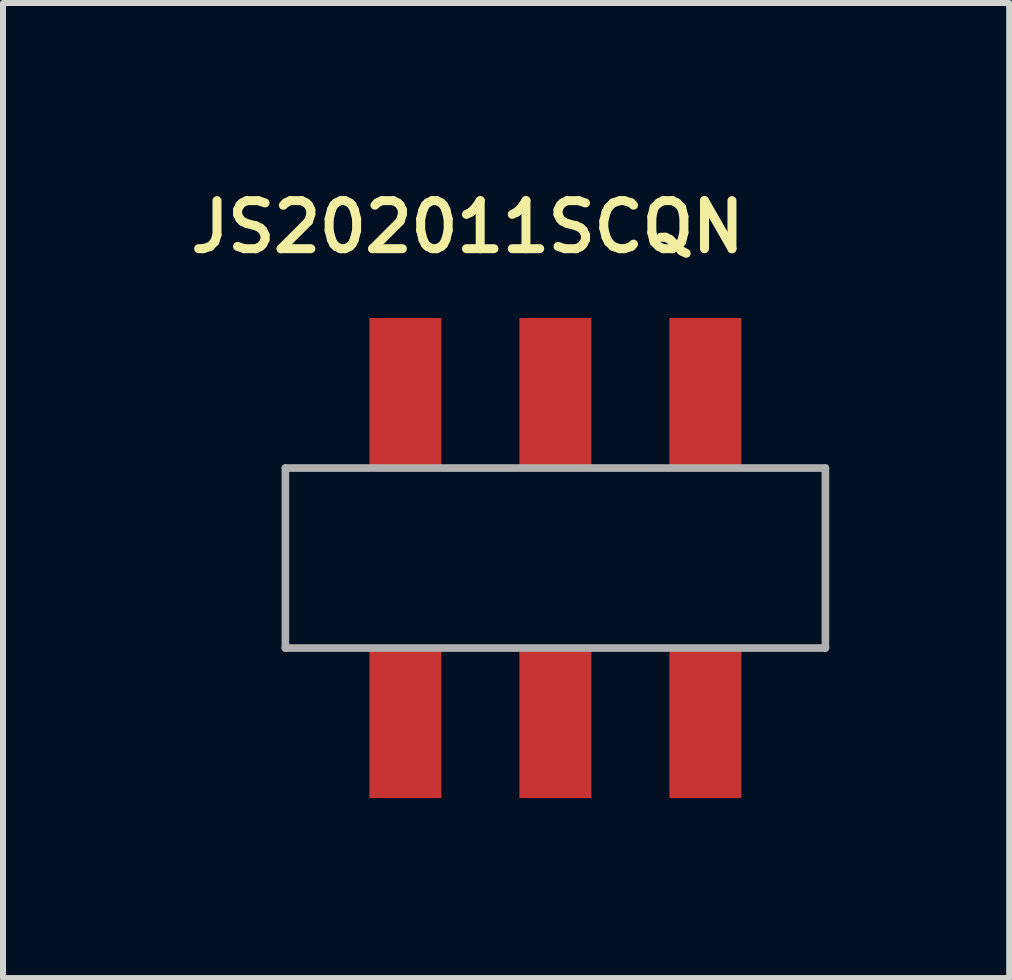
<source format=kicad_pcb>
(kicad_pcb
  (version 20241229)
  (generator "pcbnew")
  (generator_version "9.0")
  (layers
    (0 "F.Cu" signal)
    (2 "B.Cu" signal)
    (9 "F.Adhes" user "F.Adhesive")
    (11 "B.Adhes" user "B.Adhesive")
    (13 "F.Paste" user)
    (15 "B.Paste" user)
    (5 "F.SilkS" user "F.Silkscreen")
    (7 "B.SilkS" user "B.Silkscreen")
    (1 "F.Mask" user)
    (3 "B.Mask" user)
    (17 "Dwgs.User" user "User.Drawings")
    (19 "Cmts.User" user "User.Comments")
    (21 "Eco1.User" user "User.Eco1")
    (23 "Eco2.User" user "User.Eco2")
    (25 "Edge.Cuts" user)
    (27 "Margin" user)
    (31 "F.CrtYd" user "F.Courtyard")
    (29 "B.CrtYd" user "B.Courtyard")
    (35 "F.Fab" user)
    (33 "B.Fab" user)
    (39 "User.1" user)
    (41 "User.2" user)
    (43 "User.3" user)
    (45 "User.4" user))
  (footprint "JS202011SCQN"
    (layer "F.Cu")
    (at 6.206 6.25)
    (property "Reference" "JS202011SCQN" (at -1.463 -5.518 0) (layer "F.SilkS") (effects (font (size 0.801 0.801) (thickness 0.15))))
    (attr through_hole)
    (fp_line (start -4.5 -1.5) (end -4.5 1.5) (stroke (width 0.127) (type solid)) (layer "F.Fab"))
    (fp_line (start -4.5 1.5) (end 4.5 1.5) (stroke (width 0.127) (type solid)) (layer "F.Fab"))
    (fp_line (start 4.5 -1.5) (end -4.5 -1.5) (stroke (width 0.127) (type solid)) (layer "F.Fab"))
    (fp_line (start 4.5 1.5) (end 4.5 -1.5) (stroke (width 0.127) (type solid)) (layer "F.Fab"))
    (pad "1" smd rect (at -2.5 2.75) (size 1.2 2.5) (layers "F.Cu" "F.Mask" "F.Paste"))
    (pad "2" smd rect (at 0 2.75) (size 1.2 2.5) (layers "F.Cu" "F.Mask" "F.Paste"))
    (pad "3" smd rect (at 2.5 2.75) (size 1.2 2.5) (layers "F.Cu" "F.Mask" "F.Paste"))
    (pad "4" smd rect (at -2.5 -2.75) (size 1.2 2.5) (layers "F.Cu" "F.Mask" "F.Paste"))
    (pad "5" smd rect (at 0 -2.75) (size 1.2 2.5) (layers "F.Cu" "F.Mask" "F.Paste"))
    (pad "6" smd rect (at 2.5 -2.75) (size 1.2 2.5) (layers "F.Cu" "F.Mask" "F.Paste")))
  (gr_rect
    (start -3 -3)
    (end 13.769 13.25)
    (stroke (width 0.1) (type default))
    (fill no)
    (layer "Edge.Cuts")))
</source>
